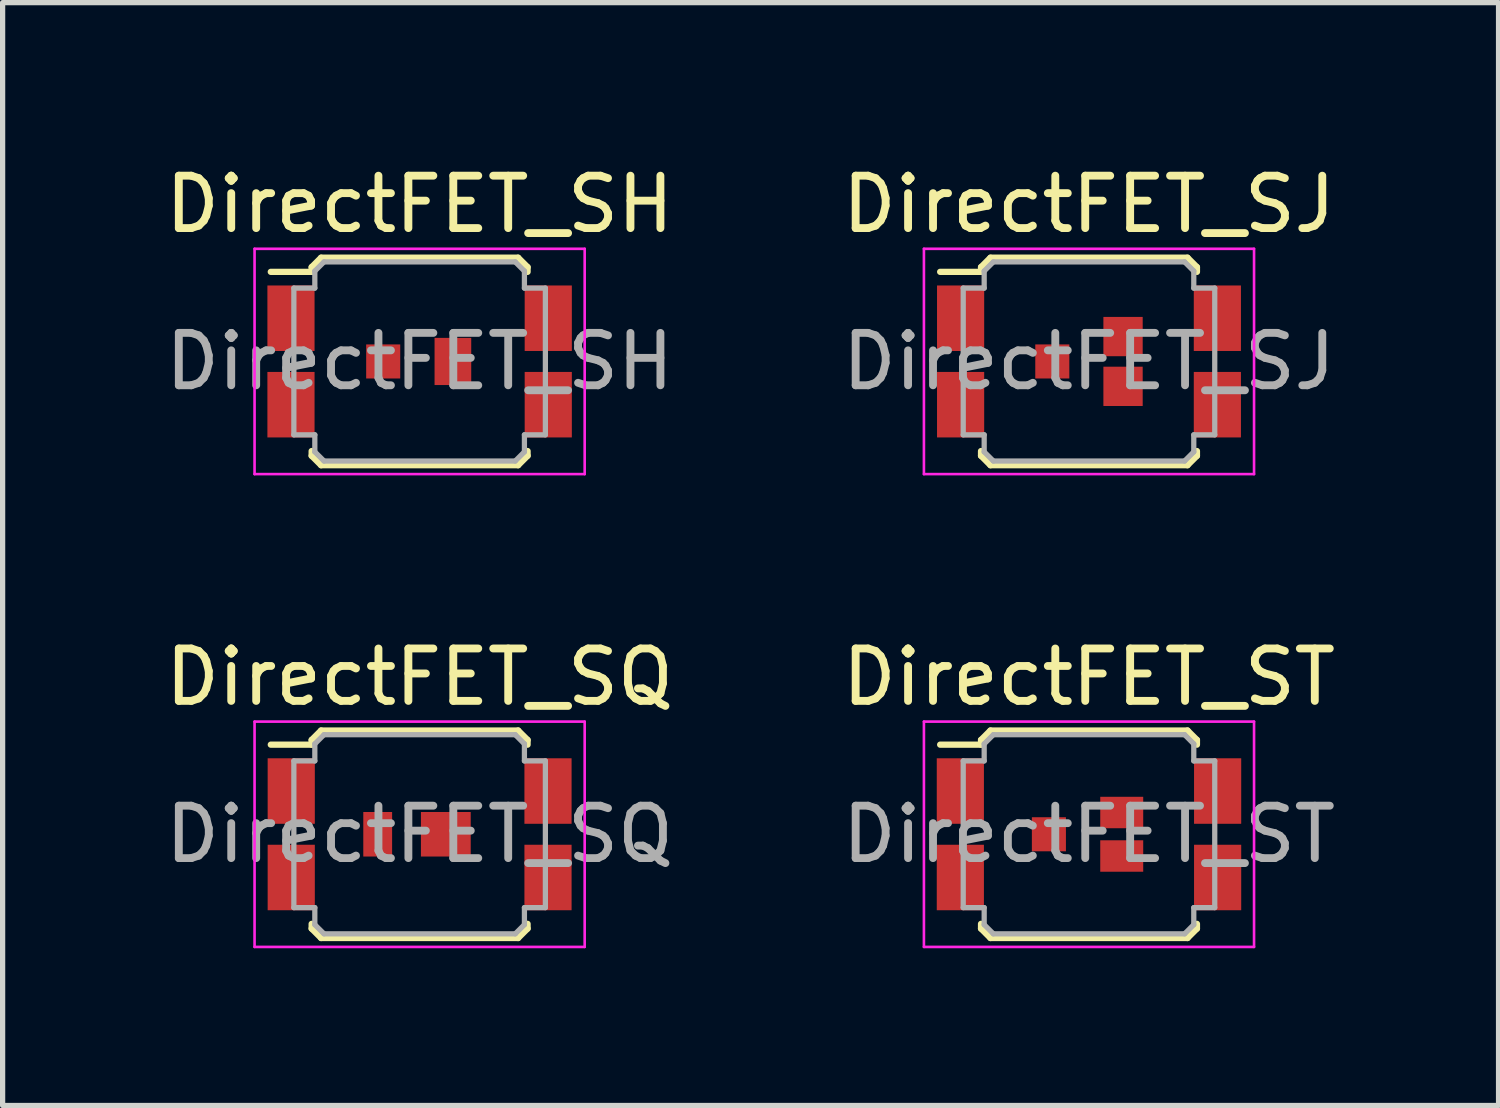
<source format=kicad_pcb>
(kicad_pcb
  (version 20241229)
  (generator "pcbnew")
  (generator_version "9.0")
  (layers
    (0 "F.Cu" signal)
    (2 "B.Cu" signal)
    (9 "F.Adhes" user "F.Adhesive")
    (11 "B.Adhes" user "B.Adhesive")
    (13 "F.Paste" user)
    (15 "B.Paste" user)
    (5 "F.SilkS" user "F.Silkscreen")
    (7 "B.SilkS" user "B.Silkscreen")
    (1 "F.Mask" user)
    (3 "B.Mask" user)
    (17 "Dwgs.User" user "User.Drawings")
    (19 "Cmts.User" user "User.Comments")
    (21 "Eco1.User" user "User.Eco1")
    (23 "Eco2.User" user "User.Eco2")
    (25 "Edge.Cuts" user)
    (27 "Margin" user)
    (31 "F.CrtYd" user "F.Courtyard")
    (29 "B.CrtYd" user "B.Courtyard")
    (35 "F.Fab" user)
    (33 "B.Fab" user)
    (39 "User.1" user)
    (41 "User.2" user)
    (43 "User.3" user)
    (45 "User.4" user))
  (footprint "DirectFET_SQ"
    (layer "F.Cu")
    (at 4.958 12.871)
    (property "Reference" "DirectFET_SQ" (at 0 -3 0) (layer "F.SilkS") (effects (font (size 1 1) (thickness 0.15))))
    (attr smd)
    (fp_line (start -2.84 -1.71) (end -2.06 -1.71) (stroke (width 0.12) (type solid)) (layer "F.SilkS"))
    (fp_line (start -2.06 -1.8) (end -1.88 -1.98) (stroke (width 0.12) (type solid)) (layer "F.SilkS"))
    (fp_line (start -2.06 -1.71) (end -2.06 -1.8) (stroke (width 0.12) (type solid)) (layer "F.SilkS"))
    (fp_line (start -2.06 1.71) (end -2.06 1.8) (stroke (width 0.12) (type solid)) (layer "F.SilkS"))
    (fp_line (start -2.06 1.8) (end -1.88 1.98) (stroke (width 0.12) (type solid)) (layer "F.SilkS"))
    (fp_line (start -1.88 -1.98) (end 1.88 -1.98) (stroke (width 0.12) (type solid)) (layer "F.SilkS"))
    (fp_line (start -1.88 1.98) (end 1.88 1.98) (stroke (width 0.12) (type solid)) (layer "F.SilkS"))
    (fp_line (start 2.06 -1.8) (end 1.88 -1.98) (stroke (width 0.12) (type solid)) (layer "F.SilkS"))
    (fp_line (start 2.06 -1.71) (end 2.06 -1.8) (stroke (width 0.12) (type solid)) (layer "F.SilkS"))
    (fp_line (start 2.06 1.71) (end 2.06 1.8) (stroke (width 0.12) (type solid)) (layer "F.SilkS"))
    (fp_line (start 2.06 1.8) (end 1.88 1.98) (stroke (width 0.12) (type solid)) (layer "F.SilkS"))
    (fp_line (start -3.15 -2.15) (end -3.15 2.15) (stroke (width 0.05) (type solid)) (layer "F.CrtYd"))
    (fp_line (start -3.15 -2.15) (end 3.15 -2.15) (stroke (width 0.05) (type solid)) (layer "F.CrtYd"))
    (fp_line (start -3.15 2.15) (end 3.15 2.15) (stroke (width 0.05) (type solid)) (layer "F.CrtYd"))
    (fp_line (start 3.15 -2.15) (end 3.15 2.15) (stroke (width 0.05) (type solid)) (layer "F.CrtYd"))
    (fp_line (start -2.4 -1.4) (end -2 -1.4) (stroke (width 0.1) (type solid)) (layer "F.Fab"))
    (fp_line (start -2.4 1.4) (end -2.4 -1.4) (stroke (width 0.1) (type solid)) (layer "F.Fab"))
    (fp_line (start -2.4 1.4) (end -2 1.4) (stroke (width 0.1) (type solid)) (layer "F.Fab"))
    (fp_line (start -2 -1.725) (end -1.825 -1.9) (stroke (width 0.1) (type solid)) (layer "F.Fab"))
    (fp_line (start -2 -1.4) (end -2 -1.725) (stroke (width 0.1) (type solid)) (layer "F.Fab"))
    (fp_line (start -2 1.4) (end -2 1.725) (stroke (width 0.1) (type solid)) (layer "F.Fab"))
    (fp_line (start -2 1.725) (end -1.825 1.9) (stroke (width 0.1) (type solid)) (layer "F.Fab"))
    (fp_line (start -1.825 -1.9) (end 1.825 -1.9) (stroke (width 0.1) (type solid)) (layer "F.Fab"))
    (fp_line (start -1.825 1.9) (end 1.825 1.9) (stroke (width 0.1) (type solid)) (layer "F.Fab"))
    (fp_line (start 1.825 -1.9) (end 2 -1.725) (stroke (width 0.1) (type solid)) (layer "F.Fab"))
    (fp_line (start 1.825 1.9) (end 2 1.725) (stroke (width 0.1) (type solid)) (layer "F.Fab"))
    (fp_line (start 2 -1.4) (end 2 -1.725) (stroke (width 0.1) (type solid)) (layer "F.Fab"))
    (fp_line (start 2 1.4) (end 2 1.725) (stroke (width 0.1) (type solid)) (layer "F.Fab"))
    (fp_line (start 2.4 -1.4) (end 2 -1.4) (stroke (width 0.1) (type solid)) (layer "F.Fab"))
    (fp_line (start 2.4 1.4) (end 2 1.4) (stroke (width 0.1) (type solid)) (layer "F.Fab"))
    (fp_line (start 2.4 1.4) (end 2.4 -1.4) (stroke (width 0.1) (type solid)) (layer "F.Fab"))
    (fp_text user "${REFERENCE}" (at 0 0 0) (layer "F.Fab") (effects (font (size 1 1) (thickness 0.15))))
    (pad "1" smd rect (at -2.45 -0.825) (size 0.9 1.25) (layers "F.Cu" "F.Mask" "F.Paste"))
    (pad "1" smd rect (at -2.45 0.825) (size 0.9 1.25) (layers "F.Cu" "F.Mask" "F.Paste"))
    (pad "1" smd rect (at 2.45 -0.825) (size 0.9 1.25) (layers "F.Cu" "F.Mask" "F.Paste"))
    (pad "1" smd rect (at 2.45 0.825) (size 0.9 1.25) (layers "F.Cu" "F.Mask" "F.Paste"))
    (pad "2" smd rect (at -0.8 0) (size 0.55 0.85) (layers "F.Cu" "F.Mask" "F.Paste"))
    (pad "3" smd rect (at 0.5 0) (size 0.95 0.85) (layers "F.Cu" "F.Mask" "F.Paste")))
  (footprint "DirectFET_SH"
    (layer "F.Cu")
    (at 4.958 3.848)
    (property "Reference" "DirectFET_SH" (at 0 -3 0) (layer "F.SilkS") (effects (font (size 1 1) (thickness 0.15))))
    (attr smd)
    (fp_line (start -2.84 -1.71) (end -2.06 -1.71) (stroke (width 0.12) (type solid)) (layer "F.SilkS"))
    (fp_line (start -2.06 -1.8) (end -1.88 -1.98) (stroke (width 0.12) (type solid)) (layer "F.SilkS"))
    (fp_line (start -2.06 -1.71) (end -2.06 -1.8) (stroke (width 0.12) (type solid)) (layer "F.SilkS"))
    (fp_line (start -2.06 1.71) (end -2.06 1.8) (stroke (width 0.12) (type solid)) (layer "F.SilkS"))
    (fp_line (start -2.06 1.8) (end -1.88 1.98) (stroke (width 0.12) (type solid)) (layer "F.SilkS"))
    (fp_line (start -1.88 -1.98) (end 1.88 -1.98) (stroke (width 0.12) (type solid)) (layer "F.SilkS"))
    (fp_line (start -1.88 1.98) (end 1.88 1.98) (stroke (width 0.12) (type solid)) (layer "F.SilkS"))
    (fp_line (start 2.06 -1.8) (end 1.88 -1.98) (stroke (width 0.12) (type solid)) (layer "F.SilkS"))
    (fp_line (start 2.06 -1.71) (end 2.06 -1.8) (stroke (width 0.12) (type solid)) (layer "F.SilkS"))
    (fp_line (start 2.06 1.71) (end 2.06 1.8) (stroke (width 0.12) (type solid)) (layer "F.SilkS"))
    (fp_line (start 2.06 1.8) (end 1.88 1.98) (stroke (width 0.12) (type solid)) (layer "F.SilkS"))
    (fp_line (start -3.15 -2.15) (end -3.15 2.15) (stroke (width 0.05) (type solid)) (layer "F.CrtYd"))
    (fp_line (start -3.15 -2.15) (end 3.15 -2.15) (stroke (width 0.05) (type solid)) (layer "F.CrtYd"))
    (fp_line (start -3.15 2.15) (end 3.15 2.15) (stroke (width 0.05) (type solid)) (layer "F.CrtYd"))
    (fp_line (start 3.15 -2.15) (end 3.15 2.15) (stroke (width 0.05) (type solid)) (layer "F.CrtYd"))
    (fp_line (start -2.4 -1.4) (end -2 -1.4) (stroke (width 0.1) (type solid)) (layer "F.Fab"))
    (fp_line (start -2.4 1.4) (end -2.4 -1.4) (stroke (width 0.1) (type solid)) (layer "F.Fab"))
    (fp_line (start -2.4 1.4) (end -2 1.4) (stroke (width 0.1) (type solid)) (layer "F.Fab"))
    (fp_line (start -2 -1.725) (end -1.825 -1.9) (stroke (width 0.1) (type solid)) (layer "F.Fab"))
    (fp_line (start -2 -1.4) (end -2 -1.725) (stroke (width 0.1) (type solid)) (layer "F.Fab"))
    (fp_line (start -2 1.4) (end -2 1.725) (stroke (width 0.1) (type solid)) (layer "F.Fab"))
    (fp_line (start -2 1.725) (end -1.825 1.9) (stroke (width 0.1) (type solid)) (layer "F.Fab"))
    (fp_line (start -1.825 -1.9) (end 1.825 -1.9) (stroke (width 0.1) (type solid)) (layer "F.Fab"))
    (fp_line (start -1.825 1.9) (end 1.825 1.9) (stroke (width 0.1) (type solid)) (layer "F.Fab"))
    (fp_line (start 1.825 -1.9) (end 2 -1.725) (stroke (width 0.1) (type solid)) (layer "F.Fab"))
    (fp_line (start 1.825 1.9) (end 2 1.725) (stroke (width 0.1) (type solid)) (layer "F.Fab"))
    (fp_line (start 2 -1.4) (end 2 -1.725) (stroke (width 0.1) (type solid)) (layer "F.Fab"))
    (fp_line (start 2 1.4) (end 2 1.725) (stroke (width 0.1) (type solid)) (layer "F.Fab"))
    (fp_line (start 2.4 -1.4) (end 2 -1.4) (stroke (width 0.1) (type solid)) (layer "F.Fab"))
    (fp_line (start 2.4 1.4) (end 2 1.4) (stroke (width 0.1) (type solid)) (layer "F.Fab"))
    (fp_line (start 2.4 1.4) (end 2.4 -1.4) (stroke (width 0.1) (type solid)) (layer "F.Fab"))
    (fp_text user "${REFERENCE}" (at 0 0 0) (layer "F.Fab") (effects (font (size 1 1) (thickness 0.15))))
    (pad "1" smd rect (at -2.455 -0.825) (size 0.9 1.25) (layers "F.Cu" "F.Mask" "F.Paste"))
    (pad "1" smd rect (at -2.455 0.825) (size 0.9 1.25) (layers "F.Cu" "F.Mask" "F.Paste"))
    (pad "1" smd rect (at 2.455 -0.825) (size 0.9 1.25) (layers "F.Cu" "F.Mask" "F.Paste"))
    (pad "1" smd rect (at 2.455 0.825) (size 0.9 1.25) (layers "F.Cu" "F.Mask" "F.Paste"))
    (pad "2" smd rect (at -0.695 0) (size 0.65 0.65) (layers "F.Cu" "F.Mask" "F.Paste"))
    (pad "3" smd rect (at 0.635 0) (size 0.7 0.9) (layers "F.Cu" "F.Mask" "F.Paste")))
  (footprint "DirectFET_ST"
    (layer "F.Cu")
    (at 17.732 12.871)
    (property "Reference" "DirectFET_ST" (at 0 -3 0) (layer "F.SilkS") (effects (font (size 1 1) (thickness 0.15))))
    (attr smd)
    (fp_line (start -2.84 -1.71) (end -2.06 -1.71) (stroke (width 0.12) (type solid)) (layer "F.SilkS"))
    (fp_line (start -2.06 -1.8) (end -1.88 -1.98) (stroke (width 0.12) (type solid)) (layer "F.SilkS"))
    (fp_line (start -2.06 -1.71) (end -2.06 -1.8) (stroke (width 0.12) (type solid)) (layer "F.SilkS"))
    (fp_line (start -2.06 1.71) (end -2.06 1.8) (stroke (width 0.12) (type solid)) (layer "F.SilkS"))
    (fp_line (start -2.06 1.8) (end -1.88 1.98) (stroke (width 0.12) (type solid)) (layer "F.SilkS"))
    (fp_line (start -1.88 -1.98) (end 1.88 -1.98) (stroke (width 0.12) (type solid)) (layer "F.SilkS"))
    (fp_line (start -1.88 1.98) (end 1.88 1.98) (stroke (width 0.12) (type solid)) (layer "F.SilkS"))
    (fp_line (start 2.06 -1.8) (end 1.88 -1.98) (stroke (width 0.12) (type solid)) (layer "F.SilkS"))
    (fp_line (start 2.06 -1.71) (end 2.06 -1.8) (stroke (width 0.12) (type solid)) (layer "F.SilkS"))
    (fp_line (start 2.06 1.71) (end 2.06 1.8) (stroke (width 0.12) (type solid)) (layer "F.SilkS"))
    (fp_line (start 2.06 1.8) (end 1.88 1.98) (stroke (width 0.12) (type solid)) (layer "F.SilkS"))
    (fp_line (start -3.15 -2.15) (end -3.15 2.15) (stroke (width 0.05) (type solid)) (layer "F.CrtYd"))
    (fp_line (start -3.15 -2.15) (end 3.15 -2.15) (stroke (width 0.05) (type solid)) (layer "F.CrtYd"))
    (fp_line (start -3.15 2.15) (end 3.15 2.15) (stroke (width 0.05) (type solid)) (layer "F.CrtYd"))
    (fp_line (start 3.15 -2.15) (end 3.15 2.15) (stroke (width 0.05) (type solid)) (layer "F.CrtYd"))
    (fp_line (start -2.4 -1.4) (end -2 -1.4) (stroke (width 0.1) (type solid)) (layer "F.Fab"))
    (fp_line (start -2.4 1.4) (end -2.4 -1.4) (stroke (width 0.1) (type solid)) (layer "F.Fab"))
    (fp_line (start -2.4 1.4) (end -2 1.4) (stroke (width 0.1) (type solid)) (layer "F.Fab"))
    (fp_line (start -2 -1.725) (end -1.825 -1.9) (stroke (width 0.1) (type solid)) (layer "F.Fab"))
    (fp_line (start -2 -1.4) (end -2 -1.725) (stroke (width 0.1) (type solid)) (layer "F.Fab"))
    (fp_line (start -2 1.4) (end -2 1.725) (stroke (width 0.1) (type solid)) (layer "F.Fab"))
    (fp_line (start -2 1.725) (end -1.825 1.9) (stroke (width 0.1) (type solid)) (layer "F.Fab"))
    (fp_line (start -1.825 -1.9) (end 1.825 -1.9) (stroke (width 0.1) (type solid)) (layer "F.Fab"))
    (fp_line (start -1.825 1.9) (end 1.825 1.9) (stroke (width 0.1) (type solid)) (layer "F.Fab"))
    (fp_line (start 1.825 -1.9) (end 2 -1.725) (stroke (width 0.1) (type solid)) (layer "F.Fab"))
    (fp_line (start 1.825 1.9) (end 2 1.725) (stroke (width 0.1) (type solid)) (layer "F.Fab"))
    (fp_line (start 2 -1.4) (end 2 -1.725) (stroke (width 0.1) (type solid)) (layer "F.Fab"))
    (fp_line (start 2 1.4) (end 2 1.725) (stroke (width 0.1) (type solid)) (layer "F.Fab"))
    (fp_line (start 2.4 -1.4) (end 2 -1.4) (stroke (width 0.1) (type solid)) (layer "F.Fab"))
    (fp_line (start 2.4 1.4) (end 2 1.4) (stroke (width 0.1) (type solid)) (layer "F.Fab"))
    (fp_line (start 2.4 1.4) (end 2.4 -1.4) (stroke (width 0.1) (type solid)) (layer "F.Fab"))
    (fp_text user "${REFERENCE}" (at 0 0 0) (layer "F.Fab") (effects (font (size 1 1) (thickness 0.15))))
    (pad "1" smd rect (at -2.455 -0.825) (size 0.9 1.25) (layers "F.Cu" "F.Mask" "F.Paste"))
    (pad "1" smd rect (at -2.455 0.825) (size 0.9 1.25) (layers "F.Cu" "F.Mask" "F.Paste"))
    (pad "1" smd rect (at 2.455 -0.825) (size 0.9 1.25) (layers "F.Cu" "F.Mask" "F.Paste"))
    (pad "1" smd rect (at 2.455 0.825) (size 0.9 1.25) (layers "F.Cu" "F.Mask" "F.Paste"))
    (pad "2" smd rect (at -0.765 0) (size 0.65 0.65) (layers "F.Cu" "F.Mask" "F.Paste"))
    (pad "3" smd rect (at 0.625 -0.415) (size 0.82 0.6) (layers "F.Cu" "F.Mask" "F.Paste"))
    (pad "3" smd rect (at 0.625 0.415) (size 0.82 0.6) (layers "F.Cu" "F.Mask" "F.Paste")))
  (footprint "DirectFET_SJ"
    (layer "F.Cu")
    (at 17.732 3.848)
    (property "Reference" "DirectFET_SJ" (at 0 -3 0) (layer "F.SilkS") (effects (font (size 1 1) (thickness 0.15))))
    (attr smd)
    (fp_line (start -2.84 -1.71) (end -2.06 -1.71) (stroke (width 0.12) (type solid)) (layer "F.SilkS"))
    (fp_line (start -2.06 -1.8) (end -1.88 -1.98) (stroke (width 0.12) (type solid)) (layer "F.SilkS"))
    (fp_line (start -2.06 -1.71) (end -2.06 -1.8) (stroke (width 0.12) (type solid)) (layer "F.SilkS"))
    (fp_line (start -2.06 1.71) (end -2.06 1.8) (stroke (width 0.12) (type solid)) (layer "F.SilkS"))
    (fp_line (start -2.06 1.8) (end -1.88 1.98) (stroke (width 0.12) (type solid)) (layer "F.SilkS"))
    (fp_line (start -1.88 -1.98) (end 1.88 -1.98) (stroke (width 0.12) (type solid)) (layer "F.SilkS"))
    (fp_line (start -1.88 1.98) (end 1.88 1.98) (stroke (width 0.12) (type solid)) (layer "F.SilkS"))
    (fp_line (start 2.06 -1.8) (end 1.88 -1.98) (stroke (width 0.12) (type solid)) (layer "F.SilkS"))
    (fp_line (start 2.06 -1.71) (end 2.06 -1.8) (stroke (width 0.12) (type solid)) (layer "F.SilkS"))
    (fp_line (start 2.06 1.71) (end 2.06 1.8) (stroke (width 0.12) (type solid)) (layer "F.SilkS"))
    (fp_line (start 2.06 1.8) (end 1.88 1.98) (stroke (width 0.12) (type solid)) (layer "F.SilkS"))
    (fp_line (start -3.15 -2.15) (end -3.15 2.15) (stroke (width 0.05) (type solid)) (layer "F.CrtYd"))
    (fp_line (start -3.15 -2.15) (end 3.15 -2.15) (stroke (width 0.05) (type solid)) (layer "F.CrtYd"))
    (fp_line (start -3.15 2.15) (end 3.15 2.15) (stroke (width 0.05) (type solid)) (layer "F.CrtYd"))
    (fp_line (start 3.15 -2.15) (end 3.15 2.15) (stroke (width 0.05) (type solid)) (layer "F.CrtYd"))
    (fp_line (start -2.4 -1.4) (end -2 -1.4) (stroke (width 0.1) (type solid)) (layer "F.Fab"))
    (fp_line (start -2.4 1.4) (end -2.4 -1.4) (stroke (width 0.1) (type solid)) (layer "F.Fab"))
    (fp_line (start -2.4 1.4) (end -2 1.4) (stroke (width 0.1) (type solid)) (layer "F.Fab"))
    (fp_line (start -2 -1.725) (end -1.825 -1.9) (stroke (width 0.1) (type solid)) (layer "F.Fab"))
    (fp_line (start -2 -1.4) (end -2 -1.725) (stroke (width 0.1) (type solid)) (layer "F.Fab"))
    (fp_line (start -2 1.4) (end -2 1.725) (stroke (width 0.1) (type solid)) (layer "F.Fab"))
    (fp_line (start -2 1.725) (end -1.825 1.9) (stroke (width 0.1) (type solid)) (layer "F.Fab"))
    (fp_line (start -1.825 -1.9) (end 1.825 -1.9) (stroke (width 0.1) (type solid)) (layer "F.Fab"))
    (fp_line (start -1.825 1.9) (end 1.825 1.9) (stroke (width 0.1) (type solid)) (layer "F.Fab"))
    (fp_line (start 1.825 -1.9) (end 2 -1.725) (stroke (width 0.1) (type solid)) (layer "F.Fab"))
    (fp_line (start 1.825 1.9) (end 2 1.725) (stroke (width 0.1) (type solid)) (layer "F.Fab"))
    (fp_line (start 2 -1.4) (end 2 -1.725) (stroke (width 0.1) (type solid)) (layer "F.Fab"))
    (fp_line (start 2 1.4) (end 2 1.725) (stroke (width 0.1) (type solid)) (layer "F.Fab"))
    (fp_line (start 2.4 -1.4) (end 2 -1.4) (stroke (width 0.1) (type solid)) (layer "F.Fab"))
    (fp_line (start 2.4 1.4) (end 2 1.4) (stroke (width 0.1) (type solid)) (layer "F.Fab"))
    (fp_line (start 2.4 1.4) (end 2.4 -1.4) (stroke (width 0.1) (type solid)) (layer "F.Fab"))
    (fp_text user "${REFERENCE}" (at 0 0 0) (layer "F.Fab") (effects (font (size 1 1) (thickness 0.15))))
    (pad "1" smd rect (at -2.45 -0.825) (size 0.9 1.25) (layers "F.Cu" "F.Mask" "F.Paste"))
    (pad "1" smd rect (at -2.45 0.825) (size 0.9 1.25) (layers "F.Cu" "F.Mask" "F.Paste"))
    (pad "1" smd rect (at 2.45 -0.825) (size 0.9 1.25) (layers "F.Cu" "F.Mask" "F.Paste"))
    (pad "1" smd rect (at 2.45 0.825) (size 0.9 1.25) (layers "F.Cu" "F.Mask" "F.Paste"))
    (pad "2" smd rect (at -0.7 0) (size 0.65 0.65) (layers "F.Cu" "F.Mask" "F.Paste"))
    (pad "3" smd rect (at 0.65 -0.475) (size 0.75 0.75) (layers "F.Cu" "F.Mask" "F.Paste"))
    (pad "3" smd rect (at 0.65 0.475) (size 0.75 0.75) (layers "F.Cu" "F.Mask" "F.Paste")))
  (gr_rect
    (start -3 -3)
    (end 25.548 18.047)
    (stroke (width 0.1) (type default))
    (fill no)
    (layer "Edge.Cuts")))
</source>
